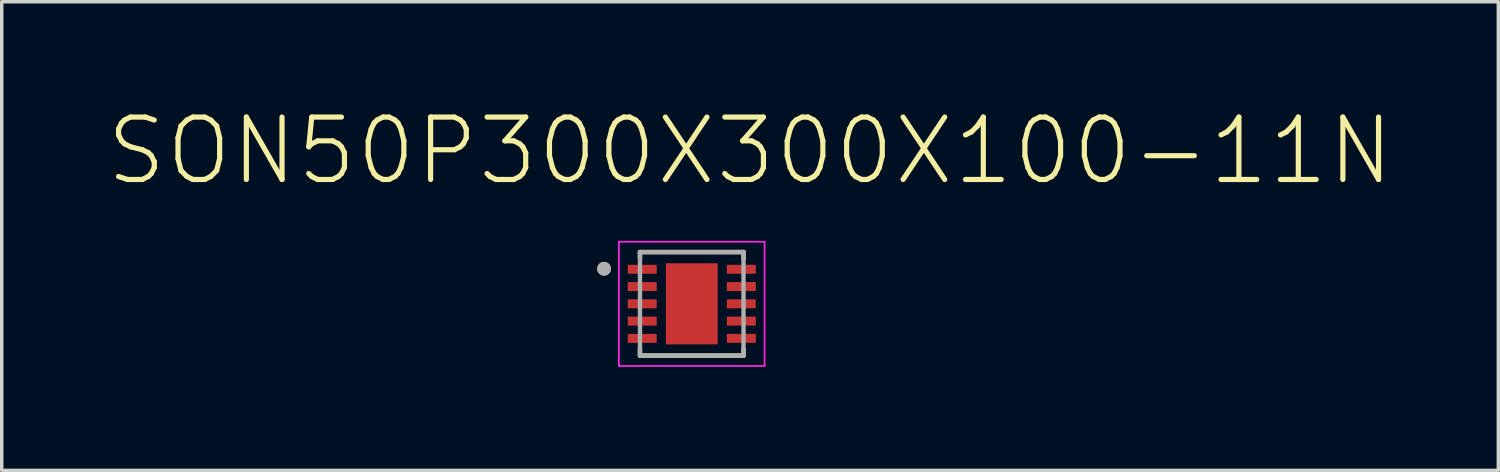
<source format=kicad_pcb>
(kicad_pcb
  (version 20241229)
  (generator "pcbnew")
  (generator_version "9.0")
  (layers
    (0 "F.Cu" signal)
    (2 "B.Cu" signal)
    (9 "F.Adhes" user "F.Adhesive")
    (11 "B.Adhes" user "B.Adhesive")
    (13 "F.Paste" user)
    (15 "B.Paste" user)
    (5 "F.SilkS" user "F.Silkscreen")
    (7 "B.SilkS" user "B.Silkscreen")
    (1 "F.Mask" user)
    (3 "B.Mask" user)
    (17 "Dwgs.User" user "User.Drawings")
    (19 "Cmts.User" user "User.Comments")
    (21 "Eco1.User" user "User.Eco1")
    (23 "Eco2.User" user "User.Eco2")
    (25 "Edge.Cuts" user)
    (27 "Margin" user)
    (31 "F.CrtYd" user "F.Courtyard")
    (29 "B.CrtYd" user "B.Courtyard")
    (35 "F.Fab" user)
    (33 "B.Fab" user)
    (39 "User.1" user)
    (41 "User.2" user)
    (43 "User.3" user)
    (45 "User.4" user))
  (footprint "SON50P300X300X100-11N"
    (layer "F.Cu")
    (at 16.992 5.753)
    (property "Reference" "SON50P300X300X100-11N" (at 1.689 -4.432 0) (layer "F.SilkS") (effects (font (size 1.808 1.808) (thickness 0.15))))
    (attr smd)
    (fp_line (start -1.5 -1.5) (end -1.5 -1.31) (stroke (width 0.127) (type solid)) (layer "F.SilkS"))
    (fp_line (start -1.5 -1.5) (end 1.5 -1.5) (stroke (width 0.127) (type solid)) (layer "F.SilkS"))
    (fp_line (start -1.5 1.31) (end -1.5 1.5) (stroke (width 0.127) (type solid)) (layer "F.SilkS"))
    (fp_line (start 1.5 -1.5) (end 1.5 -1.31) (stroke (width 0.127) (type solid)) (layer "F.SilkS"))
    (fp_line (start 1.5 1.31) (end 1.5 1.5) (stroke (width 0.127) (type solid)) (layer "F.SilkS"))
    (fp_line (start 1.5 1.5) (end -1.5 1.5) (stroke (width 0.127) (type solid)) (layer "F.SilkS"))
    (fp_circle (center -2.54 -1.016) (end -2.44 -1.016) (stroke (width 0.2) (type solid)) (fill no) (layer "F.SilkS"))
    (fp_poly (pts (xy -0.471 -0.74) (xy 0.47 -0.74) (xy 0.47 0.741) (xy -0.471 0.741)) (stroke (width 0.01) (type solid)) (fill yes) (layer "F.Paste"))
    (fp_line (start -2.11 -1.8) (end 2.11 -1.8) (stroke (width 0.05) (type solid)) (layer "F.CrtYd"))
    (fp_line (start -2.11 1.8) (end -2.11 -1.8) (stroke (width 0.05) (type solid)) (layer "F.CrtYd"))
    (fp_line (start 2.11 -1.8) (end 2.11 1.8) (stroke (width 0.05) (type solid)) (layer "F.CrtYd"))
    (fp_line (start 2.11 1.8) (end -2.11 1.8) (stroke (width 0.05) (type solid)) (layer "F.CrtYd"))
    (fp_line (start -1.5 -1.5) (end 1.5 -1.5) (stroke (width 0.127) (type solid)) (layer "F.Fab"))
    (fp_line (start -1.5 1.5) (end -1.5 -1.5) (stroke (width 0.127) (type solid)) (layer "F.Fab"))
    (fp_line (start 1.5 -1.5) (end 1.5 1.5) (stroke (width 0.127) (type solid)) (layer "F.Fab"))
    (fp_line (start 1.5 1.5) (end -1.5 1.5) (stroke (width 0.127) (type solid)) (layer "F.Fab"))
    (fp_circle (center -2.54 -1.016) (end -2.44 -1.016) (stroke (width 0.2) (type solid)) (fill no) (layer "F.Fab"))
    (pad "1" smd roundrect (at -1.435 -1) (size 0.84 0.26) (layers "F.Cu" "F.Mask" "F.Paste") (roundrect_rratio 0.04))
    (pad "2" smd roundrect (at -1.435 -0.5) (size 0.84 0.26) (layers "F.Cu" "F.Mask" "F.Paste") (roundrect_rratio 0.04))
    (pad "3" smd roundrect (at -1.435 0) (size 0.84 0.26) (layers "F.Cu" "F.Mask" "F.Paste") (roundrect_rratio 0.04))
    (pad "4" smd roundrect (at -1.435 0.5) (size 0.84 0.26) (layers "F.Cu" "F.Mask" "F.Paste") (roundrect_rratio 0.04))
    (pad "5" smd roundrect (at -1.435 1) (size 0.84 0.26) (layers "F.Cu" "F.Mask" "F.Paste") (roundrect_rratio 0.04))
    (pad "6" smd roundrect (at 1.435 1) (size 0.84 0.26) (layers "F.Cu" "F.Mask" "F.Paste") (roundrect_rratio 0.04))
    (pad "7" smd roundrect (at 1.435 0.5) (size 0.84 0.26) (layers "F.Cu" "F.Mask" "F.Paste") (roundrect_rratio 0.04))
    (pad "8" smd roundrect (at 1.435 0) (size 0.84 0.26) (layers "F.Cu" "F.Mask" "F.Paste") (roundrect_rratio 0.04))
    (pad "9" smd roundrect (at 1.435 -0.5) (size 0.84 0.26) (layers "F.Cu" "F.Mask" "F.Paste") (roundrect_rratio 0.04))
    (pad "10" smd roundrect (at 1.435 -1) (size 0.84 0.26) (layers "F.Cu" "F.Mask" "F.Paste") (roundrect_rratio 0.04))
    (pad "11" smd rect (at 0 0) (size 1.5 2.35) (layers "F.Cu" "F.Mask")))
  (gr_rect
    (start -3 -3)
    (end 40.361 10.578)
    (stroke (width 0.1) (type default))
    (fill no)
    (layer "Edge.Cuts")))
</source>
